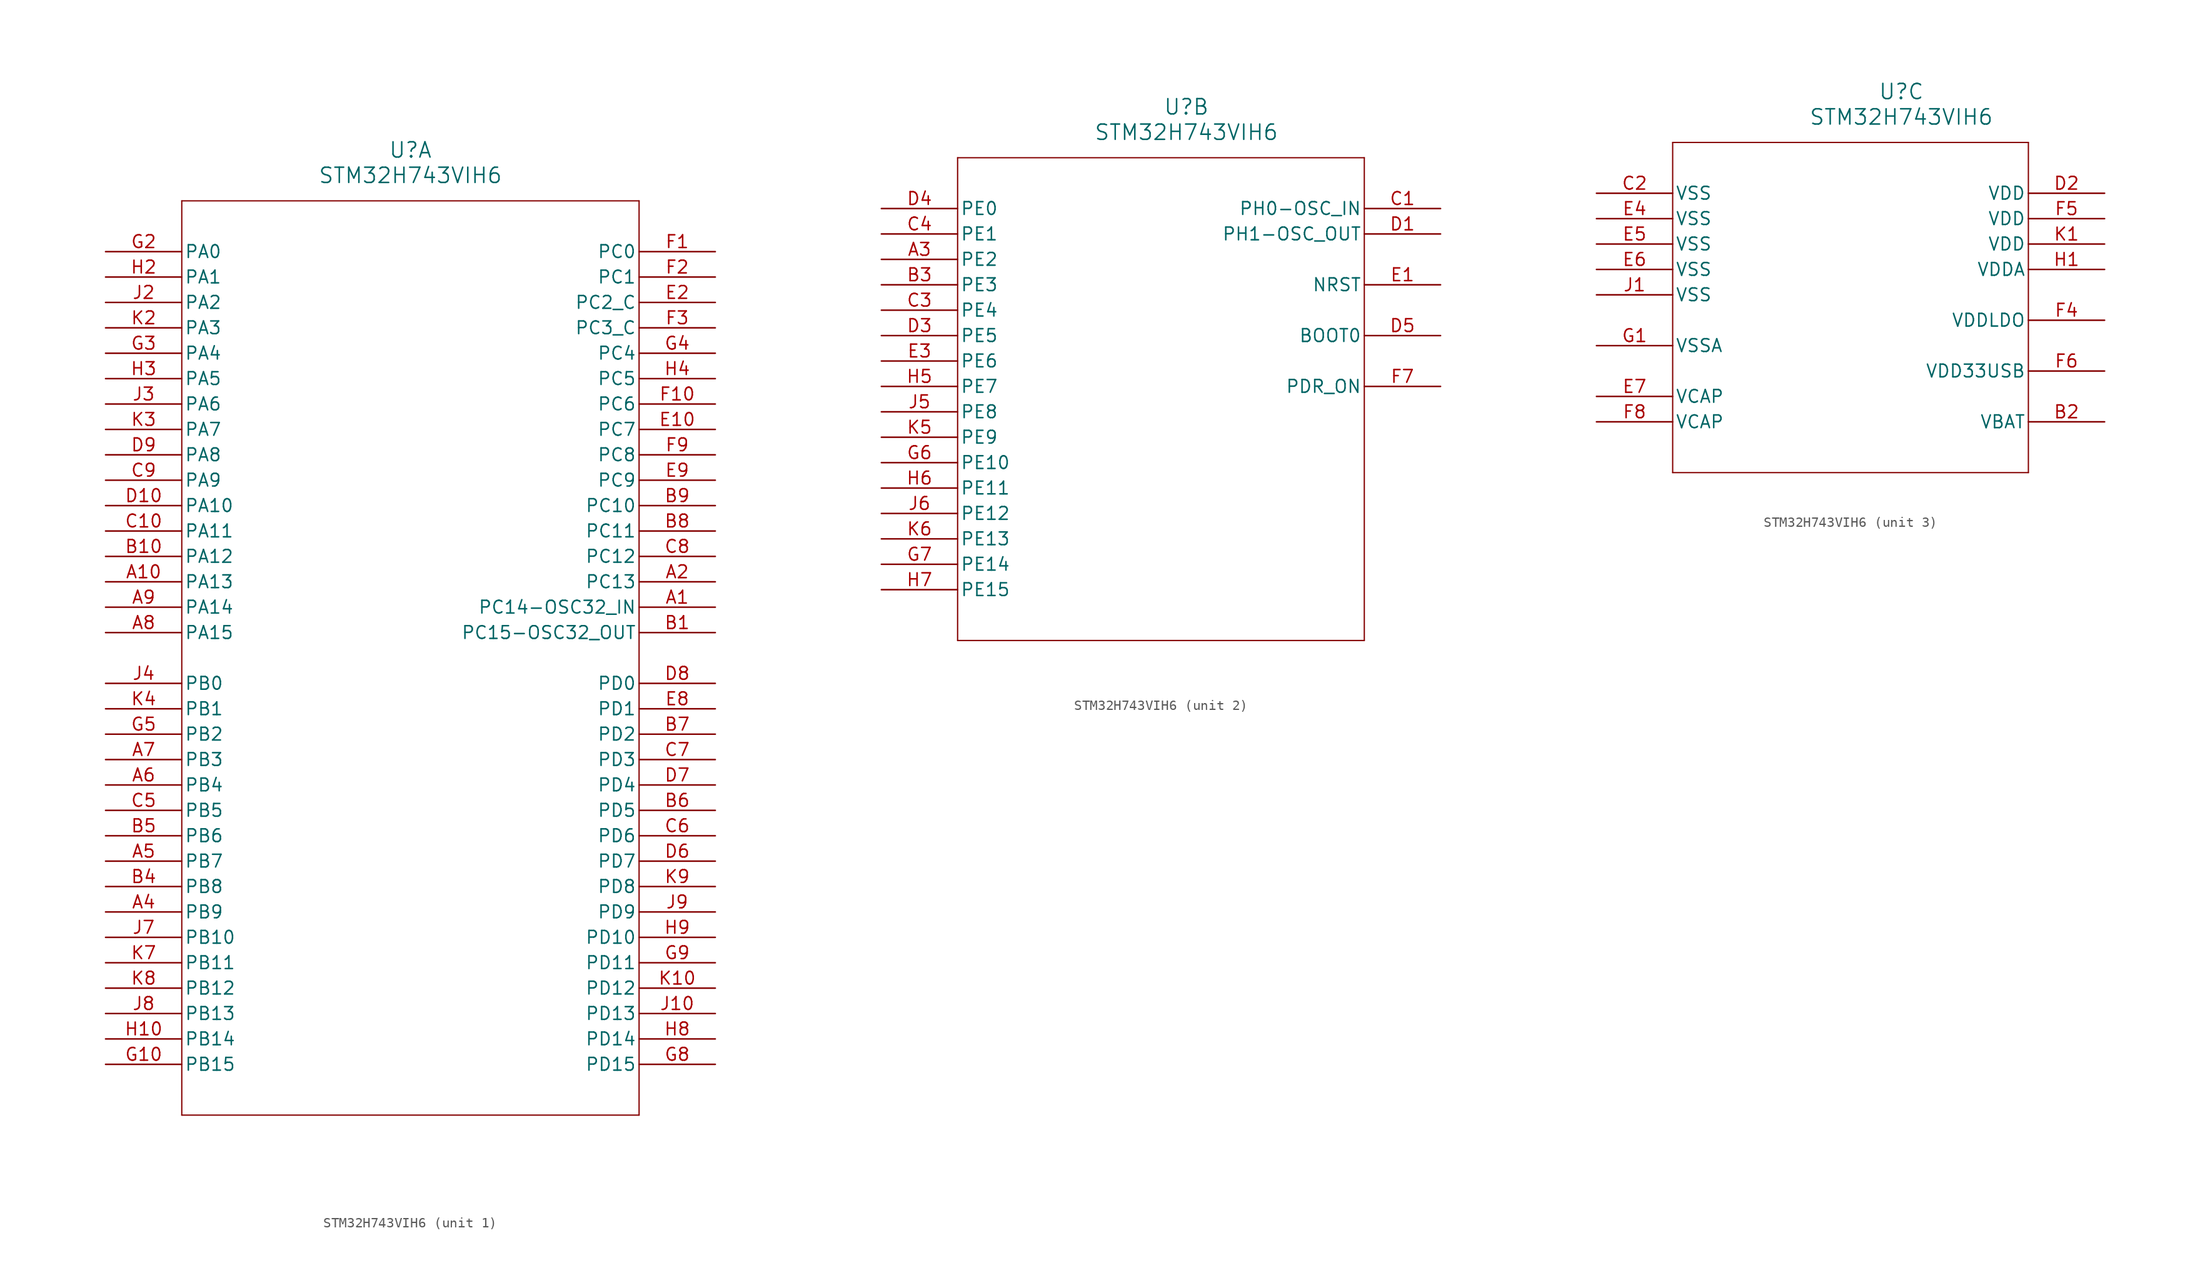
<source format=kicad_sym>
(kicad_symbol_lib
  (version 20211014)
  (generator kicad_symbol_editor)
  (symbol "STM32H743VIH6"
    (pin_names
      (offset 0.254))
    (property "Reference" "U"
      (at 30.48 10.16 0)
      (effects (font (size 1.524 1.524))))
    (property "Value" "STM32H743VIH6"
      (at 30.48 7.62 0)
      (effects (font (size 1.524 1.524))))
    (property "ki_locked" ""
      (at 0 0 0)
      (effects (font (size 1.27 1.27))))
    (symbol "STM32H743VIH6_1_1"
      (polyline (pts (xy 7.62 -86.36) (xy 53.34 -86.36)) (stroke (width 0.127) (type default) (color 0 0 0 0)) (fill (type none)))
      (polyline (pts (xy 7.62 5.08) (xy 7.62 -86.36)) (stroke (width 0.127) (type default) (color 0 0 0 0)) (fill (type none)))
      (polyline (pts (xy 53.34 -86.36) (xy 53.34 5.08)) (stroke (width 0.127) (type default) (color 0 0 0 0)) (fill (type none)))
      (polyline (pts (xy 53.34 5.08) (xy 7.62 5.08)) (stroke (width 0.127) (type default) (color 0 0 0 0)) (fill (type none)))
      (pin bidirectional line (at 60.96 -35.56 180) (length 7.62) (name "PC14-OSC32_IN" (effects (font (size 1.27 1.27)))) (number "A1" (effects (font (size 1.27 1.27)))))
      (pin bidirectional line (at 0 -33.02 0) (length 7.62) (name "PA13" (effects (font (size 1.27 1.27)))) (number "A10" (effects (font (size 1.27 1.27)))))
      (pin bidirectional line (at 60.96 -33.02 180) (length 7.62) (name "PC13" (effects (font (size 1.27 1.27)))) (number "A2" (effects (font (size 1.27 1.27)))))
      (pin bidirectional line (at 0 -66.04 0) (length 7.62) (name "PB9" (effects (font (size 1.27 1.27)))) (number "A4" (effects (font (size 1.27 1.27)))))
      (pin bidirectional line (at 0 -60.96 0) (length 7.62) (name "PB7" (effects (font (size 1.27 1.27)))) (number "A5" (effects (font (size 1.27 1.27)))))
      (pin bidirectional line (at 0 -53.34 0) (length 7.62) (name "PB4" (effects (font (size 1.27 1.27)))) (number "A6" (effects (font (size 1.27 1.27)))))
      (pin bidirectional line (at 0 -50.8 0) (length 7.62) (name "PB3" (effects (font (size 1.27 1.27)))) (number "A7" (effects (font (size 1.27 1.27)))))
      (pin bidirectional line (at 0 -38.1 0) (length 7.62) (name "PA15" (effects (font (size 1.27 1.27)))) (number "A8" (effects (font (size 1.27 1.27)))))
      (pin bidirectional line (at 0 -35.56 0) (length 7.62) (name "PA14" (effects (font (size 1.27 1.27)))) (number "A9" (effects (font (size 1.27 1.27)))))
      (pin bidirectional line (at 60.96 -38.1 180) (length 7.62) (name "PC15-OSC32_OUT" (effects (font (size 1.27 1.27)))) (number "B1" (effects (font (size 1.27 1.27)))))
      (pin bidirectional line (at 0 -30.48 0) (length 7.62) (name "PA12" (effects (font (size 1.27 1.27)))) (number "B10" (effects (font (size 1.27 1.27)))))
      (pin bidirectional line (at 0 -63.5 0) (length 7.62) (name "PB8" (effects (font (size 1.27 1.27)))) (number "B4" (effects (font (size 1.27 1.27)))))
      (pin bidirectional line (at 0 -58.42 0) (length 7.62) (name "PB6" (effects (font (size 1.27 1.27)))) (number "B5" (effects (font (size 1.27 1.27)))))
      (pin bidirectional line (at 60.96 -55.88 180) (length 7.62) (name "PD5" (effects (font (size 1.27 1.27)))) (number "B6" (effects (font (size 1.27 1.27)))))
      (pin bidirectional line (at 60.96 -48.26 180) (length 7.62) (name "PD2" (effects (font (size 1.27 1.27)))) (number "B7" (effects (font (size 1.27 1.27)))))
      (pin bidirectional line (at 60.96 -27.94 180) (length 7.62) (name "PC11" (effects (font (size 1.27 1.27)))) (number "B8" (effects (font (size 1.27 1.27)))))
      (pin bidirectional line (at 60.96 -25.4 180) (length 7.62) (name "PC10" (effects (font (size 1.27 1.27)))) (number "B9" (effects (font (size 1.27 1.27)))))
      (pin bidirectional line (at 0 -27.94 0) (length 7.62) (name "PA11" (effects (font (size 1.27 1.27)))) (number "C10" (effects (font (size 1.27 1.27)))))
      (pin bidirectional line (at 0 -55.88 0) (length 7.62) (name "PB5" (effects (font (size 1.27 1.27)))) (number "C5" (effects (font (size 1.27 1.27)))))
      (pin bidirectional line (at 60.96 -58.42 180) (length 7.62) (name "PD6" (effects (font (size 1.27 1.27)))) (number "C6" (effects (font (size 1.27 1.27)))))
      (pin bidirectional line (at 60.96 -50.8 180) (length 7.62) (name "PD3" (effects (font (size 1.27 1.27)))) (number "C7" (effects (font (size 1.27 1.27)))))
      (pin bidirectional line (at 60.96 -30.48 180) (length 7.62) (name "PC12" (effects (font (size 1.27 1.27)))) (number "C8" (effects (font (size 1.27 1.27)))))
      (pin bidirectional line (at 0 -22.86 0) (length 7.62) (name "PA9" (effects (font (size 1.27 1.27)))) (number "C9" (effects (font (size 1.27 1.27)))))
      (pin bidirectional line (at 0 -25.4 0) (length 7.62) (name "PA10" (effects (font (size 1.27 1.27)))) (number "D10" (effects (font (size 1.27 1.27)))))
      (pin bidirectional line (at 60.96 -60.96 180) (length 7.62) (name "PD7" (effects (font (size 1.27 1.27)))) (number "D6" (effects (font (size 1.27 1.27)))))
      (pin bidirectional line (at 60.96 -53.34 180) (length 7.62) (name "PD4" (effects (font (size 1.27 1.27)))) (number "D7" (effects (font (size 1.27 1.27)))))
      (pin bidirectional line (at 60.96 -43.18 180) (length 7.62) (name "PD0" (effects (font (size 1.27 1.27)))) (number "D8" (effects (font (size 1.27 1.27)))))
      (pin bidirectional line (at 0 -20.32 0) (length 7.62) (name "PA8" (effects (font (size 1.27 1.27)))) (number "D9" (effects (font (size 1.27 1.27)))))
      (pin bidirectional line (at 60.96 -17.78 180) (length 7.62) (name "PC7" (effects (font (size 1.27 1.27)))) (number "E10" (effects (font (size 1.27 1.27)))))
      (pin bidirectional line (at 60.96 -5.08 180) (length 7.62) (name "PC2_C" (effects (font (size 1.27 1.27)))) (number "E2" (effects (font (size 1.27 1.27)))))
      (pin bidirectional line (at 60.96 -45.72 180) (length 7.62) (name "PD1" (effects (font (size 1.27 1.27)))) (number "E8" (effects (font (size 1.27 1.27)))))
      (pin bidirectional line (at 60.96 -22.86 180) (length 7.62) (name "PC9" (effects (font (size 1.27 1.27)))) (number "E9" (effects (font (size 1.27 1.27)))))
      (pin bidirectional line (at 60.96 0 180) (length 7.62) (name "PC0" (effects (font (size 1.27 1.27)))) (number "F1" (effects (font (size 1.27 1.27)))))
      (pin bidirectional line (at 60.96 -15.24 180) (length 7.62) (name "PC6" (effects (font (size 1.27 1.27)))) (number "F10" (effects (font (size 1.27 1.27)))))
      (pin bidirectional line (at 60.96 -2.54 180) (length 7.62) (name "PC1" (effects (font (size 1.27 1.27)))) (number "F2" (effects (font (size 1.27 1.27)))))
      (pin bidirectional line (at 60.96 -7.62 180) (length 7.62) (name "PC3_C" (effects (font (size 1.27 1.27)))) (number "F3" (effects (font (size 1.27 1.27)))))
      (pin bidirectional line (at 60.96 -20.32 180) (length 7.62) (name "PC8" (effects (font (size 1.27 1.27)))) (number "F9" (effects (font (size 1.27 1.27)))))
      (pin bidirectional line (at 0 -81.28 0) (length 7.62) (name "PB15" (effects (font (size 1.27 1.27)))) (number "G10" (effects (font (size 1.27 1.27)))))
      (pin bidirectional line (at 0 0 0) (length 7.62) (name "PA0" (effects (font (size 1.27 1.27)))) (number "G2" (effects (font (size 1.27 1.27)))))
      (pin bidirectional line (at 0 -10.16 0) (length 7.62) (name "PA4" (effects (font (size 1.27 1.27)))) (number "G3" (effects (font (size 1.27 1.27)))))
      (pin bidirectional line (at 60.96 -10.16 180) (length 7.62) (name "PC4" (effects (font (size 1.27 1.27)))) (number "G4" (effects (font (size 1.27 1.27)))))
      (pin bidirectional line (at 0 -48.26 0) (length 7.62) (name "PB2" (effects (font (size 1.27 1.27)))) (number "G5" (effects (font (size 1.27 1.27)))))
      (pin bidirectional line (at 60.96 -81.28 180) (length 7.62) (name "PD15" (effects (font (size 1.27 1.27)))) (number "G8" (effects (font (size 1.27 1.27)))))
      (pin bidirectional line (at 60.96 -71.12 180) (length 7.62) (name "PD11" (effects (font (size 1.27 1.27)))) (number "G9" (effects (font (size 1.27 1.27)))))
      (pin bidirectional line (at 0 -78.74 0) (length 7.62) (name "PB14" (effects (font (size 1.27 1.27)))) (number "H10" (effects (font (size 1.27 1.27)))))
      (pin bidirectional line (at 0 -2.54 0) (length 7.62) (name "PA1" (effects (font (size 1.27 1.27)))) (number "H2" (effects (font (size 1.27 1.27)))))
      (pin bidirectional line (at 0 -12.7 0) (length 7.62) (name "PA5" (effects (font (size 1.27 1.27)))) (number "H3" (effects (font (size 1.27 1.27)))))
      (pin bidirectional line (at 60.96 -12.7 180) (length 7.62) (name "PC5" (effects (font (size 1.27 1.27)))) (number "H4" (effects (font (size 1.27 1.27)))))
      (pin bidirectional line (at 60.96 -78.74 180) (length 7.62) (name "PD14" (effects (font (size 1.27 1.27)))) (number "H8" (effects (font (size 1.27 1.27)))))
      (pin bidirectional line (at 60.96 -68.58 180) (length 7.62) (name "PD10" (effects (font (size 1.27 1.27)))) (number "H9" (effects (font (size 1.27 1.27)))))
      (pin bidirectional line (at 60.96 -76.2 180) (length 7.62) (name "PD13" (effects (font (size 1.27 1.27)))) (number "J10" (effects (font (size 1.27 1.27)))))
      (pin bidirectional line (at 0 -5.08 0) (length 7.62) (name "PA2" (effects (font (size 1.27 1.27)))) (number "J2" (effects (font (size 1.27 1.27)))))
      (pin bidirectional line (at 0 -15.24 0) (length 7.62) (name "PA6" (effects (font (size 1.27 1.27)))) (number "J3" (effects (font (size 1.27 1.27)))))
      (pin bidirectional line (at 0 -43.18 0) (length 7.62) (name "PB0" (effects (font (size 1.27 1.27)))) (number "J4" (effects (font (size 1.27 1.27)))))
      (pin bidirectional line (at 0 -68.58 0) (length 7.62) (name "PB10" (effects (font (size 1.27 1.27)))) (number "J7" (effects (font (size 1.27 1.27)))))
      (pin bidirectional line (at 0 -76.2 0) (length 7.62) (name "PB13" (effects (font (size 1.27 1.27)))) (number "J8" (effects (font (size 1.27 1.27)))))
      (pin bidirectional line (at 60.96 -66.04 180) (length 7.62) (name "PD9" (effects (font (size 1.27 1.27)))) (number "J9" (effects (font (size 1.27 1.27)))))
      (pin bidirectional line (at 60.96 -73.66 180) (length 7.62) (name "PD12" (effects (font (size 1.27 1.27)))) (number "K10" (effects (font (size 1.27 1.27)))))
      (pin bidirectional line (at 0 -7.62 0) (length 7.62) (name "PA3" (effects (font (size 1.27 1.27)))) (number "K2" (effects (font (size 1.27 1.27)))))
      (pin bidirectional line (at 0 -17.78 0) (length 7.62) (name "PA7" (effects (font (size 1.27 1.27)))) (number "K3" (effects (font (size 1.27 1.27)))))
      (pin bidirectional line (at 0 -45.72 0) (length 7.62) (name "PB1" (effects (font (size 1.27 1.27)))) (number "K4" (effects (font (size 1.27 1.27)))))
      (pin bidirectional line (at 0 -71.12 0) (length 7.62) (name "PB11" (effects (font (size 1.27 1.27)))) (number "K7" (effects (font (size 1.27 1.27)))))
      (pin bidirectional line (at 0 -73.66 0) (length 7.62) (name "PB12" (effects (font (size 1.27 1.27)))) (number "K8" (effects (font (size 1.27 1.27)))))
      (pin bidirectional line (at 60.96 -63.5 180) (length 7.62) (name "PD8" (effects (font (size 1.27 1.27)))) (number "K9" (effects (font (size 1.27 1.27))))))
    (symbol "STM32H743VIH6_2_1"
      (polyline (pts (xy 7.62 -43.18) (xy 48.26 -43.18)) (stroke (width 0.127) (type default) (color 0 0 0 0)) (fill (type none)))
      (polyline (pts (xy 7.62 5.08) (xy 7.62 -43.18)) (stroke (width 0.127) (type default) (color 0 0 0 0)) (fill (type none)))
      (polyline (pts (xy 48.26 -43.18) (xy 48.26 5.08)) (stroke (width 0.127) (type default) (color 0 0 0 0)) (fill (type none)))
      (polyline (pts (xy 48.26 5.08) (xy 7.62 5.08)) (stroke (width 0.127) (type default) (color 0 0 0 0)) (fill (type none)))
      (pin bidirectional line (at 0 -5.08 0) (length 7.62) (name "PE2" (effects (font (size 1.27 1.27)))) (number "A3" (effects (font (size 1.27 1.27)))))
      (pin bidirectional line (at 0 -7.62 0) (length 7.62) (name "PE3" (effects (font (size 1.27 1.27)))) (number "B3" (effects (font (size 1.27 1.27)))))
      (pin bidirectional line (at 55.88 0 180) (length 7.62) (name "PH0-OSC_IN" (effects (font (size 1.27 1.27)))) (number "C1" (effects (font (size 1.27 1.27)))))
      (pin bidirectional line (at 0 -10.16 0) (length 7.62) (name "PE4" (effects (font (size 1.27 1.27)))) (number "C3" (effects (font (size 1.27 1.27)))))
      (pin bidirectional line (at 0 -2.54 0) (length 7.62) (name "PE1" (effects (font (size 1.27 1.27)))) (number "C4" (effects (font (size 1.27 1.27)))))
      (pin bidirectional line (at 55.88 -2.54 180) (length 7.62) (name "PH1-OSC_OUT" (effects (font (size 1.27 1.27)))) (number "D1" (effects (font (size 1.27 1.27)))))
      (pin bidirectional line (at 0 -12.7 0) (length 7.62) (name "PE5" (effects (font (size 1.27 1.27)))) (number "D3" (effects (font (size 1.27 1.27)))))
      (pin bidirectional line (at 0 0 0) (length 7.62) (name "PE0" (effects (font (size 1.27 1.27)))) (number "D4" (effects (font (size 1.27 1.27)))))
      (pin input line (at 55.88 -12.7 180) (length 7.62) (name "BOOT0" (effects (font (size 1.27 1.27)))) (number "D5" (effects (font (size 1.27 1.27)))))
      (pin bidirectional line (at 55.88 -7.62 180) (length 7.62) (name "NRST" (effects (font (size 1.27 1.27)))) (number "E1" (effects (font (size 1.27 1.27)))))
      (pin bidirectional line (at 0 -15.24 0) (length 7.62) (name "PE6" (effects (font (size 1.27 1.27)))) (number "E3" (effects (font (size 1.27 1.27)))))
      (pin bidirectional line (at 55.88 -17.78 180) (length 7.62) (name "PDR_ON" (effects (font (size 1.27 1.27)))) (number "F7" (effects (font (size 1.27 1.27)))))
      (pin bidirectional line (at 0 -25.4 0) (length 7.62) (name "PE10" (effects (font (size 1.27 1.27)))) (number "G6" (effects (font (size 1.27 1.27)))))
      (pin bidirectional line (at 0 -35.56 0) (length 7.62) (name "PE14" (effects (font (size 1.27 1.27)))) (number "G7" (effects (font (size 1.27 1.27)))))
      (pin bidirectional line (at 0 -17.78 0) (length 7.62) (name "PE7" (effects (font (size 1.27 1.27)))) (number "H5" (effects (font (size 1.27 1.27)))))
      (pin bidirectional line (at 0 -27.94 0) (length 7.62) (name "PE11" (effects (font (size 1.27 1.27)))) (number "H6" (effects (font (size 1.27 1.27)))))
      (pin bidirectional line (at 0 -38.1 0) (length 7.62) (name "PE15" (effects (font (size 1.27 1.27)))) (number "H7" (effects (font (size 1.27 1.27)))))
      (pin bidirectional line (at 0 -20.32 0) (length 7.62) (name "PE8" (effects (font (size 1.27 1.27)))) (number "J5" (effects (font (size 1.27 1.27)))))
      (pin bidirectional line (at 0 -30.48 0) (length 7.62) (name "PE12" (effects (font (size 1.27 1.27)))) (number "J6" (effects (font (size 1.27 1.27)))))
      (pin bidirectional line (at 0 -22.86 0) (length 7.62) (name "PE9" (effects (font (size 1.27 1.27)))) (number "K5" (effects (font (size 1.27 1.27)))))
      (pin bidirectional line (at 0 -33.02 0) (length 7.62) (name "PE13" (effects (font (size 1.27 1.27)))) (number "K6" (effects (font (size 1.27 1.27))))))
    (symbol "STM32H743VIH6_3_1"
      (polyline (pts (xy 7.62 -27.94) (xy 43.18 -27.94)) (stroke (width 0.127) (type default) (color 0 0 0 0)) (fill (type none)))
      (polyline (pts (xy 7.62 5.08) (xy 7.62 -27.94)) (stroke (width 0.127) (type default) (color 0 0 0 0)) (fill (type none)))
      (polyline (pts (xy 43.18 -27.94) (xy 43.18 5.08)) (stroke (width 0.127) (type default) (color 0 0 0 0)) (fill (type none)))
      (polyline (pts (xy 43.18 5.08) (xy 7.62 5.08)) (stroke (width 0.127) (type default) (color 0 0 0 0)) (fill (type none)))
      (pin power_in line (at 50.8 -22.86 180) (length 7.62) (name "VBAT" (effects (font (size 1.27 1.27)))) (number "B2" (effects (font (size 1.27 1.27)))))
      (pin power_in line (at 0 0 0) (length 7.62) (name "VSS" (effects (font (size 1.27 1.27)))) (number "C2" (effects (font (size 1.27 1.27)))))
      (pin power_in line (at 50.8 0 180) (length 7.62) (name "VDD" (effects (font (size 1.27 1.27)))) (number "D2" (effects (font (size 1.27 1.27)))))
      (pin power_in line (at 0 -2.54 0) (length 7.62) (name "VSS" (effects (font (size 1.27 1.27)))) (number "E4" (effects (font (size 1.27 1.27)))))
      (pin power_in line (at 0 -5.08 0) (length 7.62) (name "VSS" (effects (font (size 1.27 1.27)))) (number "E5" (effects (font (size 1.27 1.27)))))
      (pin power_in line (at 0 -7.62 0) (length 7.62) (name "VSS" (effects (font (size 1.27 1.27)))) (number "E6" (effects (font (size 1.27 1.27)))))
      (pin power_in line (at 0 -20.32 0) (length 7.62) (name "VCAP" (effects (font (size 1.27 1.27)))) (number "E7" (effects (font (size 1.27 1.27)))))
      (pin power_in line (at 50.8 -12.7 180) (length 7.62) (name "VDDLDO" (effects (font (size 1.27 1.27)))) (number "F4" (effects (font (size 1.27 1.27)))))
      (pin power_in line (at 50.8 -2.54 180) (length 7.62) (name "VDD" (effects (font (size 1.27 1.27)))) (number "F5" (effects (font (size 1.27 1.27)))))
      (pin power_in line (at 50.8 -17.78 180) (length 7.62) (name "VDD33USB" (effects (font (size 1.27 1.27)))) (number "F6" (effects (font (size 1.27 1.27)))))
      (pin power_in line (at 0 -22.86 0) (length 7.62) (name "VCAP" (effects (font (size 1.27 1.27)))) (number "F8" (effects (font (size 1.27 1.27)))))
      (pin power_in line (at 0 -15.24 0) (length 7.62) (name "VSSA" (effects (font (size 1.27 1.27)))) (number "G1" (effects (font (size 1.27 1.27)))))
      (pin power_in line (at 50.8 -7.62 180) (length 7.62) (name "VDDA" (effects (font (size 1.27 1.27)))) (number "H1" (effects (font (size 1.27 1.27)))))
      (pin power_in line (at 0 -10.16 0) (length 7.62) (name "VSS" (effects (font (size 1.27 1.27)))) (number "J1" (effects (font (size 1.27 1.27)))))
      (pin power_in line (at 50.8 -5.08 180) (length 7.62) (name "VDD" (effects (font (size 1.27 1.27)))) (number "K1" (effects (font (size 1.27 1.27))))))))
</source>
